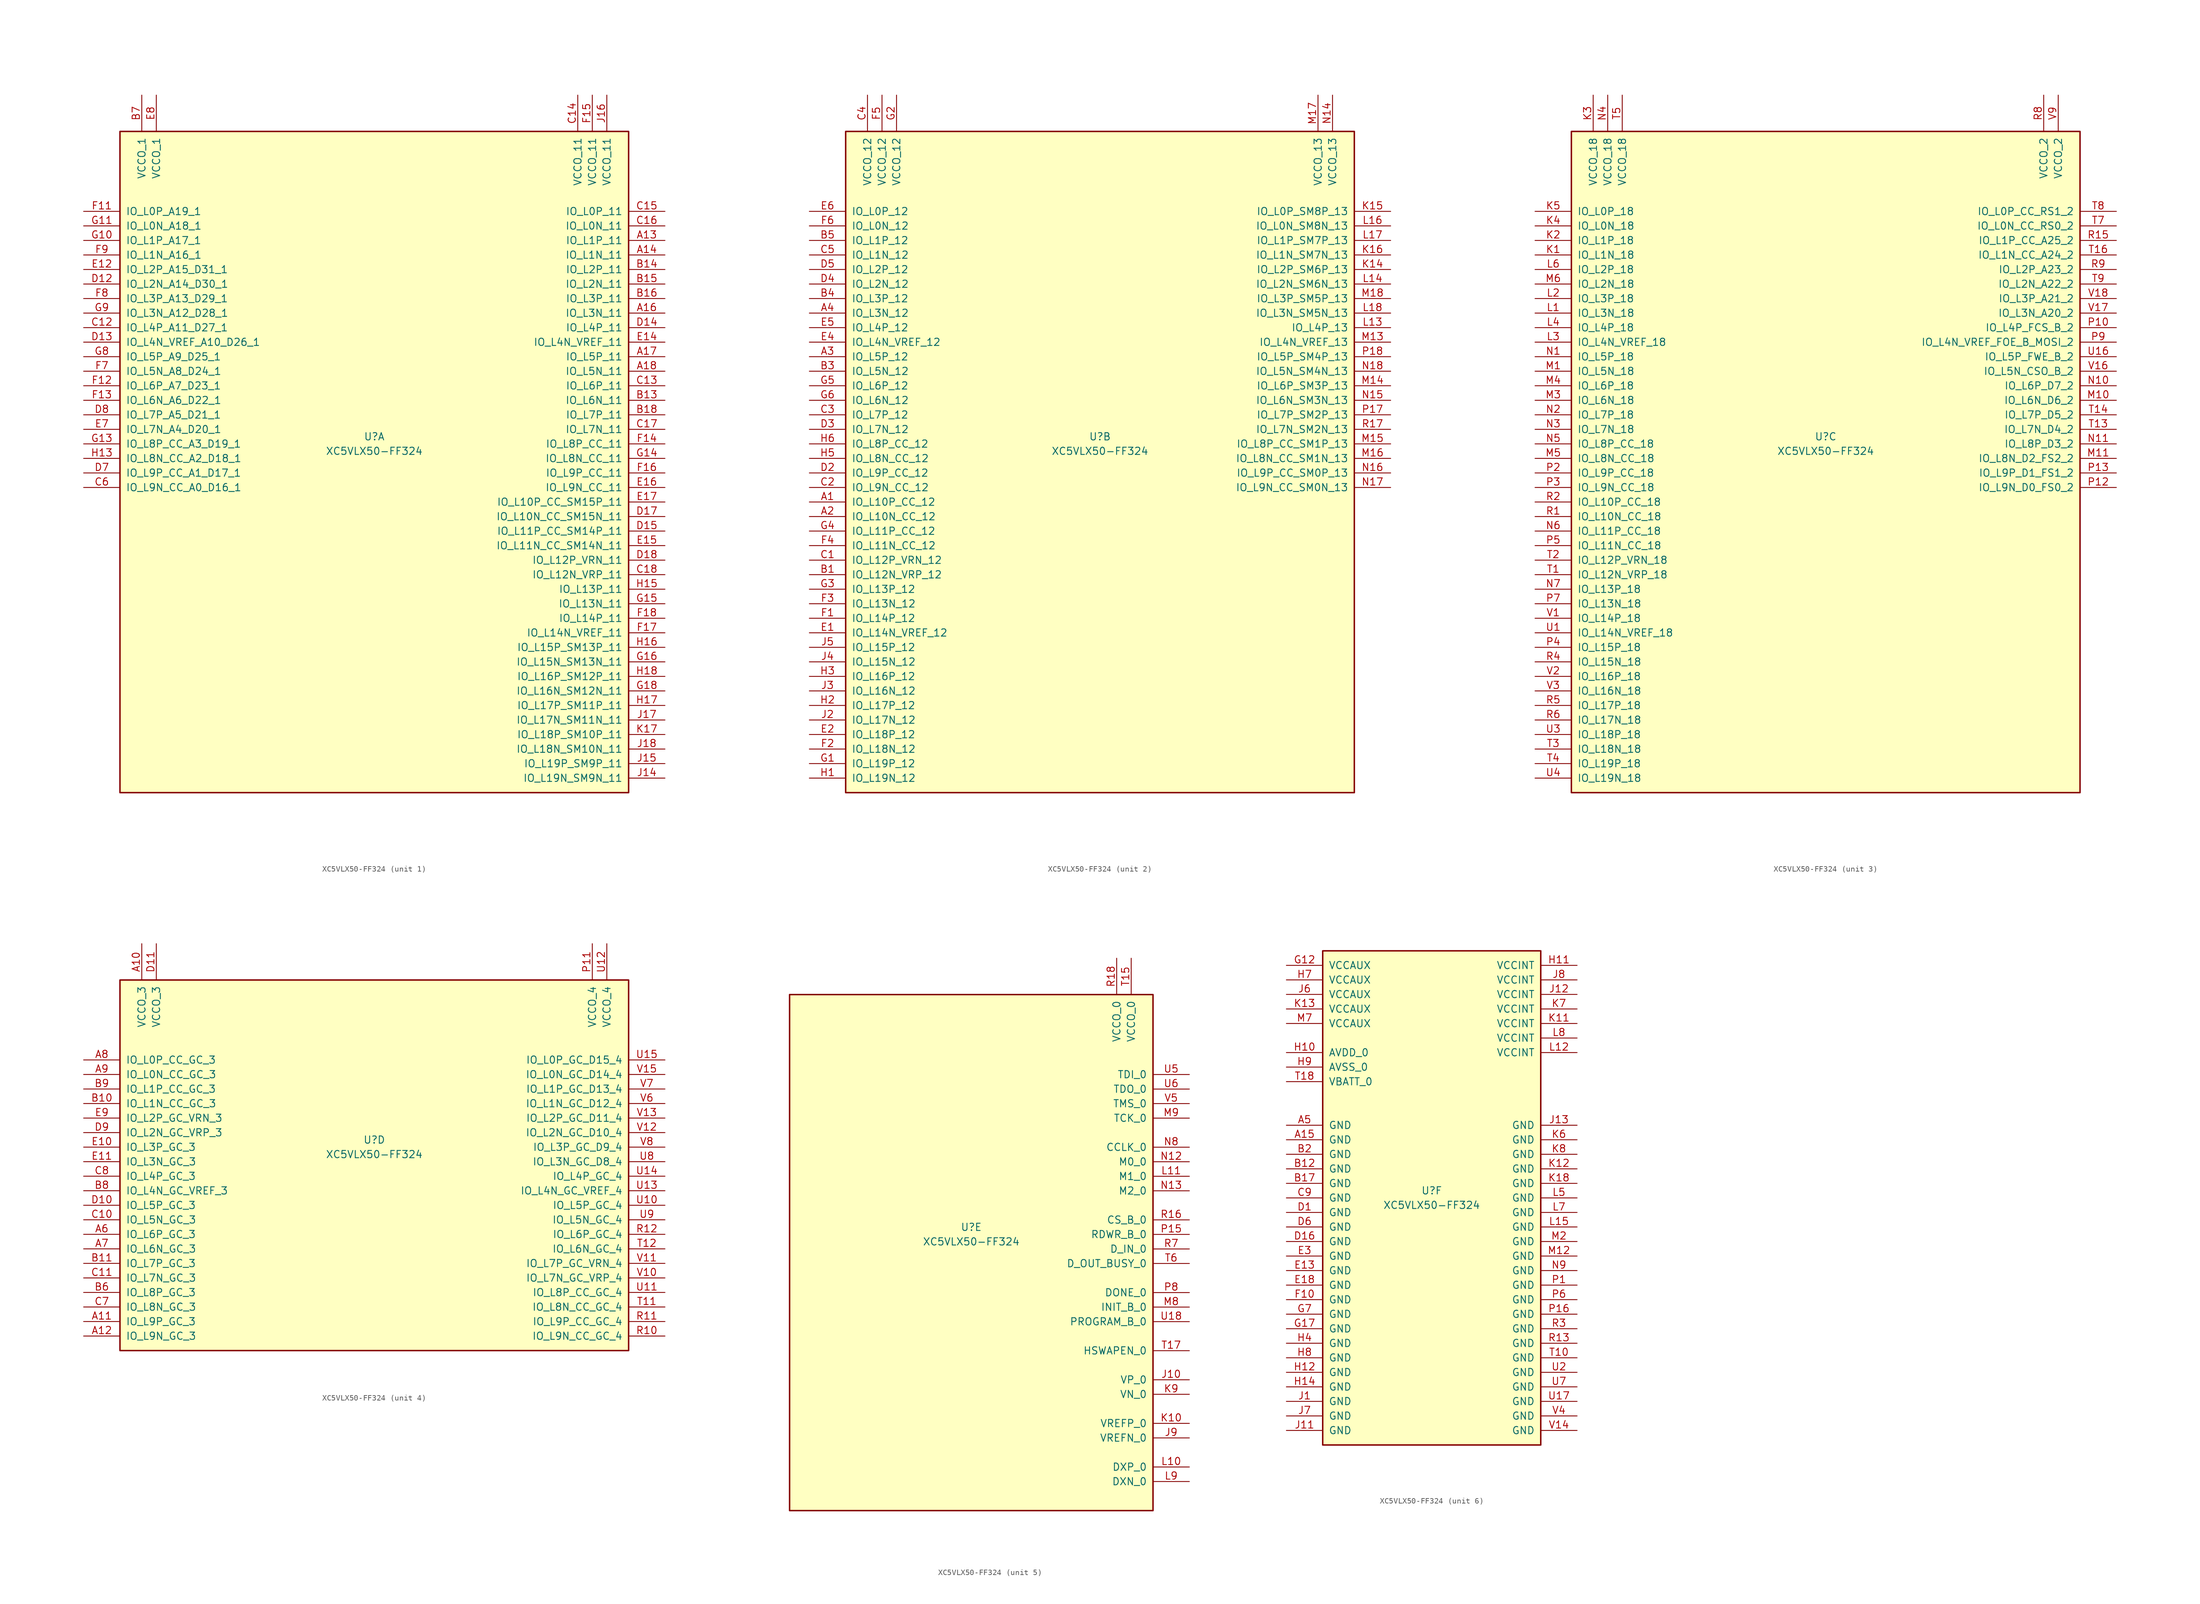
<source format=kicad_sym>
(kicad_symbol_lib
  (version 20211014)
  (generator kicad_symbol_editor)
  (symbol "XC5VLX50-FF324"
    (pin_names
      (offset 1.016))
    (property "Reference" "U"
      (at 0 1.27 0)
      (effects (font (size 1.27 1.27))))
    (property "Value" "XC5VLX50-FF324"
      (at 0 -1.27 0)
      (effects (font (size 1.27 1.27))))
    (property "Datasheet" ""
      (at 0 0 0)
      (effects (font (size 1.27 1.27))))
    (property "ki_locked" ""
      (at 0 0 0)
      (effects (font (size 1.27 1.27))))
    (symbol "XC5VLX50-FF324_1_1"
      (rectangle (start -44.45 54.61) (end 44.45 -60.96) (stroke (width 0.254) (type default) (color 0 0 0 0)) (fill (type background)))
      (pin bidirectional line (at 50.8 35.56 180) (length 6.35) (name "IO_L1P_11" (effects (font (size 1.27 1.27)))) (number "A13" (effects (font (size 1.27 1.27)))))
      (pin bidirectional line (at 50.8 33.02 180) (length 6.35) (name "IO_L1N_11" (effects (font (size 1.27 1.27)))) (number "A14" (effects (font (size 1.27 1.27)))))
      (pin bidirectional line (at 50.8 22.86 180) (length 6.35) (name "IO_L3N_11" (effects (font (size 1.27 1.27)))) (number "A16" (effects (font (size 1.27 1.27)))))
      (pin bidirectional line (at 50.8 15.24 180) (length 6.35) (name "IO_L5P_11" (effects (font (size 1.27 1.27)))) (number "A17" (effects (font (size 1.27 1.27)))))
      (pin bidirectional line (at 50.8 12.7 180) (length 6.35) (name "IO_L5N_11" (effects (font (size 1.27 1.27)))) (number "A18" (effects (font (size 1.27 1.27)))))
      (pin bidirectional line (at 50.8 7.62 180) (length 6.35) (name "IO_L6N_11" (effects (font (size 1.27 1.27)))) (number "B13" (effects (font (size 1.27 1.27)))))
      (pin bidirectional line (at 50.8 30.48 180) (length 6.35) (name "IO_L2P_11" (effects (font (size 1.27 1.27)))) (number "B14" (effects (font (size 1.27 1.27)))))
      (pin bidirectional line (at 50.8 27.94 180) (length 6.35) (name "IO_L2N_11" (effects (font (size 1.27 1.27)))) (number "B15" (effects (font (size 1.27 1.27)))))
      (pin bidirectional line (at 50.8 25.4 180) (length 6.35) (name "IO_L3P_11" (effects (font (size 1.27 1.27)))) (number "B16" (effects (font (size 1.27 1.27)))))
      (pin bidirectional line (at 50.8 5.08 180) (length 6.35) (name "IO_L7P_11" (effects (font (size 1.27 1.27)))) (number "B18" (effects (font (size 1.27 1.27)))))
      (pin power_in line (at -40.64 60.96 270) (length 6.35) (name "VCCO_1" (effects (font (size 1.27 1.27)))) (number "B7" (effects (font (size 1.27 1.27)))))
      (pin bidirectional line (at -50.8 20.32 0) (length 6.35) (name "IO_L4P_A11_D27_1" (effects (font (size 1.27 1.27)))) (number "C12" (effects (font (size 1.27 1.27)))))
      (pin bidirectional line (at 50.8 10.16 180) (length 6.35) (name "IO_L6P_11" (effects (font (size 1.27 1.27)))) (number "C13" (effects (font (size 1.27 1.27)))))
      (pin power_in line (at 35.56 60.96 270) (length 6.35) (name "VCCO_11" (effects (font (size 1.27 1.27)))) (number "C14" (effects (font (size 1.27 1.27)))))
      (pin bidirectional line (at 50.8 40.64 180) (length 6.35) (name "IO_L0P_11" (effects (font (size 1.27 1.27)))) (number "C15" (effects (font (size 1.27 1.27)))))
      (pin bidirectional line (at 50.8 38.1 180) (length 6.35) (name "IO_L0N_11" (effects (font (size 1.27 1.27)))) (number "C16" (effects (font (size 1.27 1.27)))))
      (pin bidirectional line (at 50.8 2.54 180) (length 6.35) (name "IO_L7N_11" (effects (font (size 1.27 1.27)))) (number "C17" (effects (font (size 1.27 1.27)))))
      (pin bidirectional line (at 50.8 -22.86 180) (length 6.35) (name "IO_L12N_VRP_11" (effects (font (size 1.27 1.27)))) (number "C18" (effects (font (size 1.27 1.27)))))
      (pin bidirectional line (at -50.8 -7.62 0) (length 6.35) (name "IO_L9N_CC_A0_D16_1" (effects (font (size 1.27 1.27)))) (number "C6" (effects (font (size 1.27 1.27)))))
      (pin bidirectional line (at -50.8 27.94 0) (length 6.35) (name "IO_L2N_A14_D30_1" (effects (font (size 1.27 1.27)))) (number "D12" (effects (font (size 1.27 1.27)))))
      (pin bidirectional line (at -50.8 17.78 0) (length 6.35) (name "IO_L4N_VREF_A10_D26_1" (effects (font (size 1.27 1.27)))) (number "D13" (effects (font (size 1.27 1.27)))))
      (pin bidirectional line (at 50.8 20.32 180) (length 6.35) (name "IO_L4P_11" (effects (font (size 1.27 1.27)))) (number "D14" (effects (font (size 1.27 1.27)))))
      (pin bidirectional line (at 50.8 -15.24 180) (length 6.35) (name "IO_L11P_CC_SM14P_11" (effects (font (size 1.27 1.27)))) (number "D15" (effects (font (size 1.27 1.27)))))
      (pin bidirectional line (at 50.8 -12.7 180) (length 6.35) (name "IO_L10N_CC_SM15N_11" (effects (font (size 1.27 1.27)))) (number "D17" (effects (font (size 1.27 1.27)))))
      (pin bidirectional line (at 50.8 -20.32 180) (length 6.35) (name "IO_L12P_VRN_11" (effects (font (size 1.27 1.27)))) (number "D18" (effects (font (size 1.27 1.27)))))
      (pin bidirectional line (at -50.8 -5.08 0) (length 6.35) (name "IO_L9P_CC_A1_D17_1" (effects (font (size 1.27 1.27)))) (number "D7" (effects (font (size 1.27 1.27)))))
      (pin bidirectional line (at -50.8 5.08 0) (length 6.35) (name "IO_L7P_A5_D21_1" (effects (font (size 1.27 1.27)))) (number "D8" (effects (font (size 1.27 1.27)))))
      (pin bidirectional line (at -50.8 30.48 0) (length 6.35) (name "IO_L2P_A15_D31_1" (effects (font (size 1.27 1.27)))) (number "E12" (effects (font (size 1.27 1.27)))))
      (pin bidirectional line (at 50.8 17.78 180) (length 6.35) (name "IO_L4N_VREF_11" (effects (font (size 1.27 1.27)))) (number "E14" (effects (font (size 1.27 1.27)))))
      (pin bidirectional line (at 50.8 -17.78 180) (length 6.35) (name "IO_L11N_CC_SM14N_11" (effects (font (size 1.27 1.27)))) (number "E15" (effects (font (size 1.27 1.27)))))
      (pin bidirectional line (at 50.8 -7.62 180) (length 6.35) (name "IO_L9N_CC_11" (effects (font (size 1.27 1.27)))) (number "E16" (effects (font (size 1.27 1.27)))))
      (pin bidirectional line (at 50.8 -10.16 180) (length 6.35) (name "IO_L10P_CC_SM15P_11" (effects (font (size 1.27 1.27)))) (number "E17" (effects (font (size 1.27 1.27)))))
      (pin bidirectional line (at -50.8 2.54 0) (length 6.35) (name "IO_L7N_A4_D20_1" (effects (font (size 1.27 1.27)))) (number "E7" (effects (font (size 1.27 1.27)))))
      (pin power_in line (at -38.1 60.96 270) (length 6.35) (name "VCCO_1" (effects (font (size 1.27 1.27)))) (number "E8" (effects (font (size 1.27 1.27)))))
      (pin bidirectional line (at -50.8 40.64 0) (length 6.35) (name "IO_L0P_A19_1" (effects (font (size 1.27 1.27)))) (number "F11" (effects (font (size 1.27 1.27)))))
      (pin bidirectional line (at -50.8 10.16 0) (length 6.35) (name "IO_L6P_A7_D23_1" (effects (font (size 1.27 1.27)))) (number "F12" (effects (font (size 1.27 1.27)))))
      (pin bidirectional line (at -50.8 7.62 0) (length 6.35) (name "IO_L6N_A6_D22_1" (effects (font (size 1.27 1.27)))) (number "F13" (effects (font (size 1.27 1.27)))))
      (pin bidirectional line (at 50.8 0 180) (length 6.35) (name "IO_L8P_CC_11" (effects (font (size 1.27 1.27)))) (number "F14" (effects (font (size 1.27 1.27)))))
      (pin power_in line (at 38.1 60.96 270) (length 6.35) (name "VCCO_11" (effects (font (size 1.27 1.27)))) (number "F15" (effects (font (size 1.27 1.27)))))
      (pin bidirectional line (at 50.8 -5.08 180) (length 6.35) (name "IO_L9P_CC_11" (effects (font (size 1.27 1.27)))) (number "F16" (effects (font (size 1.27 1.27)))))
      (pin bidirectional line (at 50.8 -33.02 180) (length 6.35) (name "IO_L14N_VREF_11" (effects (font (size 1.27 1.27)))) (number "F17" (effects (font (size 1.27 1.27)))))
      (pin bidirectional line (at 50.8 -30.48 180) (length 6.35) (name "IO_L14P_11" (effects (font (size 1.27 1.27)))) (number "F18" (effects (font (size 1.27 1.27)))))
      (pin bidirectional line (at -50.8 12.7 0) (length 6.35) (name "IO_L5N_A8_D24_1" (effects (font (size 1.27 1.27)))) (number "F7" (effects (font (size 1.27 1.27)))))
      (pin bidirectional line (at -50.8 25.4 0) (length 6.35) (name "IO_L3P_A13_D29_1" (effects (font (size 1.27 1.27)))) (number "F8" (effects (font (size 1.27 1.27)))))
      (pin bidirectional line (at -50.8 33.02 0) (length 6.35) (name "IO_L1N_A16_1" (effects (font (size 1.27 1.27)))) (number "F9" (effects (font (size 1.27 1.27)))))
      (pin bidirectional line (at -50.8 35.56 0) (length 6.35) (name "IO_L1P_A17_1" (effects (font (size 1.27 1.27)))) (number "G10" (effects (font (size 1.27 1.27)))))
      (pin bidirectional line (at -50.8 38.1 0) (length 6.35) (name "IO_L0N_A18_1" (effects (font (size 1.27 1.27)))) (number "G11" (effects (font (size 1.27 1.27)))))
      (pin bidirectional line (at -50.8 0 0) (length 6.35) (name "IO_L8P_CC_A3_D19_1" (effects (font (size 1.27 1.27)))) (number "G13" (effects (font (size 1.27 1.27)))))
      (pin bidirectional line (at 50.8 -2.54 180) (length 6.35) (name "IO_L8N_CC_11" (effects (font (size 1.27 1.27)))) (number "G14" (effects (font (size 1.27 1.27)))))
      (pin bidirectional line (at 50.8 -27.94 180) (length 6.35) (name "IO_L13N_11" (effects (font (size 1.27 1.27)))) (number "G15" (effects (font (size 1.27 1.27)))))
      (pin bidirectional line (at 50.8 -38.1 180) (length 6.35) (name "IO_L15N_SM13N_11" (effects (font (size 1.27 1.27)))) (number "G16" (effects (font (size 1.27 1.27)))))
      (pin bidirectional line (at 50.8 -43.18 180) (length 6.35) (name "IO_L16N_SM12N_11" (effects (font (size 1.27 1.27)))) (number "G18" (effects (font (size 1.27 1.27)))))
      (pin bidirectional line (at -50.8 15.24 0) (length 6.35) (name "IO_L5P_A9_D25_1" (effects (font (size 1.27 1.27)))) (number "G8" (effects (font (size 1.27 1.27)))))
      (pin bidirectional line (at -50.8 22.86 0) (length 6.35) (name "IO_L3N_A12_D28_1" (effects (font (size 1.27 1.27)))) (number "G9" (effects (font (size 1.27 1.27)))))
      (pin bidirectional line (at -50.8 -2.54 0) (length 6.35) (name "IO_L8N_CC_A2_D18_1" (effects (font (size 1.27 1.27)))) (number "H13" (effects (font (size 1.27 1.27)))))
      (pin bidirectional line (at 50.8 -25.4 180) (length 6.35) (name "IO_L13P_11" (effects (font (size 1.27 1.27)))) (number "H15" (effects (font (size 1.27 1.27)))))
      (pin bidirectional line (at 50.8 -35.56 180) (length 6.35) (name "IO_L15P_SM13P_11" (effects (font (size 1.27 1.27)))) (number "H16" (effects (font (size 1.27 1.27)))))
      (pin bidirectional line (at 50.8 -45.72 180) (length 6.35) (name "IO_L17P_SM11P_11" (effects (font (size 1.27 1.27)))) (number "H17" (effects (font (size 1.27 1.27)))))
      (pin bidirectional line (at 50.8 -40.64 180) (length 6.35) (name "IO_L16P_SM12P_11" (effects (font (size 1.27 1.27)))) (number "H18" (effects (font (size 1.27 1.27)))))
      (pin bidirectional line (at 50.8 -58.42 180) (length 6.35) (name "IO_L19N_SM9N_11" (effects (font (size 1.27 1.27)))) (number "J14" (effects (font (size 1.27 1.27)))))
      (pin bidirectional line (at 50.8 -55.88 180) (length 6.35) (name "IO_L19P_SM9P_11" (effects (font (size 1.27 1.27)))) (number "J15" (effects (font (size 1.27 1.27)))))
      (pin power_in line (at 40.64 60.96 270) (length 6.35) (name "VCCO_11" (effects (font (size 1.27 1.27)))) (number "J16" (effects (font (size 1.27 1.27)))))
      (pin bidirectional line (at 50.8 -48.26 180) (length 6.35) (name "IO_L17N_SM11N_11" (effects (font (size 1.27 1.27)))) (number "J17" (effects (font (size 1.27 1.27)))))
      (pin bidirectional line (at 50.8 -53.34 180) (length 6.35) (name "IO_L18N_SM10N_11" (effects (font (size 1.27 1.27)))) (number "J18" (effects (font (size 1.27 1.27)))))
      (pin bidirectional line (at 50.8 -50.8 180) (length 6.35) (name "IO_L18P_SM10P_11" (effects (font (size 1.27 1.27)))) (number "K17" (effects (font (size 1.27 1.27))))))
    (symbol "XC5VLX50-FF324_2_1"
      (rectangle (start -44.45 54.61) (end 44.45 -60.96) (stroke (width 0.254) (type default) (color 0 0 0 0)) (fill (type background)))
      (pin bidirectional line (at -50.8 -10.16 0) (length 6.35) (name "IO_L10P_CC_12" (effects (font (size 1.27 1.27)))) (number "A1" (effects (font (size 1.27 1.27)))))
      (pin bidirectional line (at -50.8 -12.7 0) (length 6.35) (name "IO_L10N_CC_12" (effects (font (size 1.27 1.27)))) (number "A2" (effects (font (size 1.27 1.27)))))
      (pin bidirectional line (at -50.8 15.24 0) (length 6.35) (name "IO_L5P_12" (effects (font (size 1.27 1.27)))) (number "A3" (effects (font (size 1.27 1.27)))))
      (pin bidirectional line (at -50.8 22.86 0) (length 6.35) (name "IO_L3N_12" (effects (font (size 1.27 1.27)))) (number "A4" (effects (font (size 1.27 1.27)))))
      (pin bidirectional line (at -50.8 -22.86 0) (length 6.35) (name "IO_L12N_VRP_12" (effects (font (size 1.27 1.27)))) (number "B1" (effects (font (size 1.27 1.27)))))
      (pin bidirectional line (at -50.8 12.7 0) (length 6.35) (name "IO_L5N_12" (effects (font (size 1.27 1.27)))) (number "B3" (effects (font (size 1.27 1.27)))))
      (pin bidirectional line (at -50.8 25.4 0) (length 6.35) (name "IO_L3P_12" (effects (font (size 1.27 1.27)))) (number "B4" (effects (font (size 1.27 1.27)))))
      (pin bidirectional line (at -50.8 35.56 0) (length 6.35) (name "IO_L1P_12" (effects (font (size 1.27 1.27)))) (number "B5" (effects (font (size 1.27 1.27)))))
      (pin bidirectional line (at -50.8 -20.32 0) (length 6.35) (name "IO_L12P_VRN_12" (effects (font (size 1.27 1.27)))) (number "C1" (effects (font (size 1.27 1.27)))))
      (pin bidirectional line (at -50.8 -7.62 0) (length 6.35) (name "IO_L9N_CC_12" (effects (font (size 1.27 1.27)))) (number "C2" (effects (font (size 1.27 1.27)))))
      (pin bidirectional line (at -50.8 5.08 0) (length 6.35) (name "IO_L7P_12" (effects (font (size 1.27 1.27)))) (number "C3" (effects (font (size 1.27 1.27)))))
      (pin power_in line (at -40.64 60.96 270) (length 6.35) (name "VCCO_12" (effects (font (size 1.27 1.27)))) (number "C4" (effects (font (size 1.27 1.27)))))
      (pin bidirectional line (at -50.8 33.02 0) (length 6.35) (name "IO_L1N_12" (effects (font (size 1.27 1.27)))) (number "C5" (effects (font (size 1.27 1.27)))))
      (pin bidirectional line (at -50.8 -5.08 0) (length 6.35) (name "IO_L9P_CC_12" (effects (font (size 1.27 1.27)))) (number "D2" (effects (font (size 1.27 1.27)))))
      (pin bidirectional line (at -50.8 2.54 0) (length 6.35) (name "IO_L7N_12" (effects (font (size 1.27 1.27)))) (number "D3" (effects (font (size 1.27 1.27)))))
      (pin bidirectional line (at -50.8 27.94 0) (length 6.35) (name "IO_L2N_12" (effects (font (size 1.27 1.27)))) (number "D4" (effects (font (size 1.27 1.27)))))
      (pin bidirectional line (at -50.8 30.48 0) (length 6.35) (name "IO_L2P_12" (effects (font (size 1.27 1.27)))) (number "D5" (effects (font (size 1.27 1.27)))))
      (pin bidirectional line (at -50.8 -33.02 0) (length 6.35) (name "IO_L14N_VREF_12" (effects (font (size 1.27 1.27)))) (number "E1" (effects (font (size 1.27 1.27)))))
      (pin bidirectional line (at -50.8 -50.8 0) (length 6.35) (name "IO_L18P_12" (effects (font (size 1.27 1.27)))) (number "E2" (effects (font (size 1.27 1.27)))))
      (pin bidirectional line (at -50.8 17.78 0) (length 6.35) (name "IO_L4N_VREF_12" (effects (font (size 1.27 1.27)))) (number "E4" (effects (font (size 1.27 1.27)))))
      (pin bidirectional line (at -50.8 20.32 0) (length 6.35) (name "IO_L4P_12" (effects (font (size 1.27 1.27)))) (number "E5" (effects (font (size 1.27 1.27)))))
      (pin bidirectional line (at -50.8 40.64 0) (length 6.35) (name "IO_L0P_12" (effects (font (size 1.27 1.27)))) (number "E6" (effects (font (size 1.27 1.27)))))
      (pin bidirectional line (at -50.8 -30.48 0) (length 6.35) (name "IO_L14P_12" (effects (font (size 1.27 1.27)))) (number "F1" (effects (font (size 1.27 1.27)))))
      (pin bidirectional line (at -50.8 -53.34 0) (length 6.35) (name "IO_L18N_12" (effects (font (size 1.27 1.27)))) (number "F2" (effects (font (size 1.27 1.27)))))
      (pin bidirectional line (at -50.8 -27.94 0) (length 6.35) (name "IO_L13N_12" (effects (font (size 1.27 1.27)))) (number "F3" (effects (font (size 1.27 1.27)))))
      (pin bidirectional line (at -50.8 -17.78 0) (length 6.35) (name "IO_L11N_CC_12" (effects (font (size 1.27 1.27)))) (number "F4" (effects (font (size 1.27 1.27)))))
      (pin power_in line (at -38.1 60.96 270) (length 6.35) (name "VCCO_12" (effects (font (size 1.27 1.27)))) (number "F5" (effects (font (size 1.27 1.27)))))
      (pin bidirectional line (at -50.8 38.1 0) (length 6.35) (name "IO_L0N_12" (effects (font (size 1.27 1.27)))) (number "F6" (effects (font (size 1.27 1.27)))))
      (pin bidirectional line (at -50.8 -55.88 0) (length 6.35) (name "IO_L19P_12" (effects (font (size 1.27 1.27)))) (number "G1" (effects (font (size 1.27 1.27)))))
      (pin power_in line (at -35.56 60.96 270) (length 6.35) (name "VCCO_12" (effects (font (size 1.27 1.27)))) (number "G2" (effects (font (size 1.27 1.27)))))
      (pin bidirectional line (at -50.8 -25.4 0) (length 6.35) (name "IO_L13P_12" (effects (font (size 1.27 1.27)))) (number "G3" (effects (font (size 1.27 1.27)))))
      (pin bidirectional line (at -50.8 -15.24 0) (length 6.35) (name "IO_L11P_CC_12" (effects (font (size 1.27 1.27)))) (number "G4" (effects (font (size 1.27 1.27)))))
      (pin bidirectional line (at -50.8 10.16 0) (length 6.35) (name "IO_L6P_12" (effects (font (size 1.27 1.27)))) (number "G5" (effects (font (size 1.27 1.27)))))
      (pin bidirectional line (at -50.8 7.62 0) (length 6.35) (name "IO_L6N_12" (effects (font (size 1.27 1.27)))) (number "G6" (effects (font (size 1.27 1.27)))))
      (pin bidirectional line (at -50.8 -58.42 0) (length 6.35) (name "IO_L19N_12" (effects (font (size 1.27 1.27)))) (number "H1" (effects (font (size 1.27 1.27)))))
      (pin bidirectional line (at -50.8 -45.72 0) (length 6.35) (name "IO_L17P_12" (effects (font (size 1.27 1.27)))) (number "H2" (effects (font (size 1.27 1.27)))))
      (pin bidirectional line (at -50.8 -40.64 0) (length 6.35) (name "IO_L16P_12" (effects (font (size 1.27 1.27)))) (number "H3" (effects (font (size 1.27 1.27)))))
      (pin bidirectional line (at -50.8 -2.54 0) (length 6.35) (name "IO_L8N_CC_12" (effects (font (size 1.27 1.27)))) (number "H5" (effects (font (size 1.27 1.27)))))
      (pin bidirectional line (at -50.8 0 0) (length 6.35) (name "IO_L8P_CC_12" (effects (font (size 1.27 1.27)))) (number "H6" (effects (font (size 1.27 1.27)))))
      (pin bidirectional line (at -50.8 -48.26 0) (length 6.35) (name "IO_L17N_12" (effects (font (size 1.27 1.27)))) (number "J2" (effects (font (size 1.27 1.27)))))
      (pin bidirectional line (at -50.8 -43.18 0) (length 6.35) (name "IO_L16N_12" (effects (font (size 1.27 1.27)))) (number "J3" (effects (font (size 1.27 1.27)))))
      (pin bidirectional line (at -50.8 -38.1 0) (length 6.35) (name "IO_L15N_12" (effects (font (size 1.27 1.27)))) (number "J4" (effects (font (size 1.27 1.27)))))
      (pin bidirectional line (at -50.8 -35.56 0) (length 6.35) (name "IO_L15P_12" (effects (font (size 1.27 1.27)))) (number "J5" (effects (font (size 1.27 1.27)))))
      (pin bidirectional line (at 50.8 30.48 180) (length 6.35) (name "IO_L2P_SM6P_13" (effects (font (size 1.27 1.27)))) (number "K14" (effects (font (size 1.27 1.27)))))
      (pin bidirectional line (at 50.8 40.64 180) (length 6.35) (name "IO_L0P_SM8P_13" (effects (font (size 1.27 1.27)))) (number "K15" (effects (font (size 1.27 1.27)))))
      (pin bidirectional line (at 50.8 33.02 180) (length 6.35) (name "IO_L1N_SM7N_13" (effects (font (size 1.27 1.27)))) (number "K16" (effects (font (size 1.27 1.27)))))
      (pin bidirectional line (at 50.8 20.32 180) (length 6.35) (name "IO_L4P_13" (effects (font (size 1.27 1.27)))) (number "L13" (effects (font (size 1.27 1.27)))))
      (pin bidirectional line (at 50.8 27.94 180) (length 6.35) (name "IO_L2N_SM6N_13" (effects (font (size 1.27 1.27)))) (number "L14" (effects (font (size 1.27 1.27)))))
      (pin bidirectional line (at 50.8 38.1 180) (length 6.35) (name "IO_L0N_SM8N_13" (effects (font (size 1.27 1.27)))) (number "L16" (effects (font (size 1.27 1.27)))))
      (pin bidirectional line (at 50.8 35.56 180) (length 6.35) (name "IO_L1P_SM7P_13" (effects (font (size 1.27 1.27)))) (number "L17" (effects (font (size 1.27 1.27)))))
      (pin bidirectional line (at 50.8 22.86 180) (length 6.35) (name "IO_L3N_SM5N_13" (effects (font (size 1.27 1.27)))) (number "L18" (effects (font (size 1.27 1.27)))))
      (pin bidirectional line (at 50.8 17.78 180) (length 6.35) (name "IO_L4N_VREF_13" (effects (font (size 1.27 1.27)))) (number "M13" (effects (font (size 1.27 1.27)))))
      (pin bidirectional line (at 50.8 10.16 180) (length 6.35) (name "IO_L6P_SM3P_13" (effects (font (size 1.27 1.27)))) (number "M14" (effects (font (size 1.27 1.27)))))
      (pin bidirectional line (at 50.8 0 180) (length 6.35) (name "IO_L8P_CC_SM1P_13" (effects (font (size 1.27 1.27)))) (number "M15" (effects (font (size 1.27 1.27)))))
      (pin bidirectional line (at 50.8 -2.54 180) (length 6.35) (name "IO_L8N_CC_SM1N_13" (effects (font (size 1.27 1.27)))) (number "M16" (effects (font (size 1.27 1.27)))))
      (pin power_in line (at 38.1 60.96 270) (length 6.35) (name "VCCO_13" (effects (font (size 1.27 1.27)))) (number "M17" (effects (font (size 1.27 1.27)))))
      (pin bidirectional line (at 50.8 25.4 180) (length 6.35) (name "IO_L3P_SM5P_13" (effects (font (size 1.27 1.27)))) (number "M18" (effects (font (size 1.27 1.27)))))
      (pin power_in line (at 40.64 60.96 270) (length 6.35) (name "VCCO_13" (effects (font (size 1.27 1.27)))) (number "N14" (effects (font (size 1.27 1.27)))))
      (pin bidirectional line (at 50.8 7.62 180) (length 6.35) (name "IO_L6N_SM3N_13" (effects (font (size 1.27 1.27)))) (number "N15" (effects (font (size 1.27 1.27)))))
      (pin bidirectional line (at 50.8 -5.08 180) (length 6.35) (name "IO_L9P_CC_SM0P_13" (effects (font (size 1.27 1.27)))) (number "N16" (effects (font (size 1.27 1.27)))))
      (pin bidirectional line (at 50.8 -7.62 180) (length 6.35) (name "IO_L9N_CC_SM0N_13" (effects (font (size 1.27 1.27)))) (number "N17" (effects (font (size 1.27 1.27)))))
      (pin bidirectional line (at 50.8 12.7 180) (length 6.35) (name "IO_L5N_SM4N_13" (effects (font (size 1.27 1.27)))) (number "N18" (effects (font (size 1.27 1.27)))))
      (pin bidirectional line (at 50.8 5.08 180) (length 6.35) (name "IO_L7P_SM2P_13" (effects (font (size 1.27 1.27)))) (number "P17" (effects (font (size 1.27 1.27)))))
      (pin bidirectional line (at 50.8 15.24 180) (length 6.35) (name "IO_L5P_SM4P_13" (effects (font (size 1.27 1.27)))) (number "P18" (effects (font (size 1.27 1.27)))))
      (pin bidirectional line (at 50.8 2.54 180) (length 6.35) (name "IO_L7N_SM2N_13" (effects (font (size 1.27 1.27)))) (number "R17" (effects (font (size 1.27 1.27))))))
    (symbol "XC5VLX50-FF324_3_1"
      (rectangle (start -44.45 54.61) (end 44.45 -60.96) (stroke (width 0.254) (type default) (color 0 0 0 0)) (fill (type background)))
      (pin bidirectional line (at -50.8 33.02 0) (length 6.35) (name "IO_L1N_18" (effects (font (size 1.27 1.27)))) (number "K1" (effects (font (size 1.27 1.27)))))
      (pin bidirectional line (at -50.8 35.56 0) (length 6.35) (name "IO_L1P_18" (effects (font (size 1.27 1.27)))) (number "K2" (effects (font (size 1.27 1.27)))))
      (pin power_in line (at -40.64 60.96 270) (length 6.35) (name "VCCO_18" (effects (font (size 1.27 1.27)))) (number "K3" (effects (font (size 1.27 1.27)))))
      (pin bidirectional line (at -50.8 38.1 0) (length 6.35) (name "IO_L0N_18" (effects (font (size 1.27 1.27)))) (number "K4" (effects (font (size 1.27 1.27)))))
      (pin bidirectional line (at -50.8 40.64 0) (length 6.35) (name "IO_L0P_18" (effects (font (size 1.27 1.27)))) (number "K5" (effects (font (size 1.27 1.27)))))
      (pin bidirectional line (at -50.8 22.86 0) (length 6.35) (name "IO_L3N_18" (effects (font (size 1.27 1.27)))) (number "L1" (effects (font (size 1.27 1.27)))))
      (pin bidirectional line (at -50.8 25.4 0) (length 6.35) (name "IO_L3P_18" (effects (font (size 1.27 1.27)))) (number "L2" (effects (font (size 1.27 1.27)))))
      (pin bidirectional line (at -50.8 17.78 0) (length 6.35) (name "IO_L4N_VREF_18" (effects (font (size 1.27 1.27)))) (number "L3" (effects (font (size 1.27 1.27)))))
      (pin bidirectional line (at -50.8 20.32 0) (length 6.35) (name "IO_L4P_18" (effects (font (size 1.27 1.27)))) (number "L4" (effects (font (size 1.27 1.27)))))
      (pin bidirectional line (at -50.8 30.48 0) (length 6.35) (name "IO_L2P_18" (effects (font (size 1.27 1.27)))) (number "L6" (effects (font (size 1.27 1.27)))))
      (pin bidirectional line (at -50.8 12.7 0) (length 6.35) (name "IO_L5N_18" (effects (font (size 1.27 1.27)))) (number "M1" (effects (font (size 1.27 1.27)))))
      (pin bidirectional line (at 50.8 7.62 180) (length 6.35) (name "IO_L6N_D6_2" (effects (font (size 1.27 1.27)))) (number "M10" (effects (font (size 1.27 1.27)))))
      (pin bidirectional line (at 50.8 -2.54 180) (length 6.35) (name "IO_L8N_D2_FS2_2" (effects (font (size 1.27 1.27)))) (number "M11" (effects (font (size 1.27 1.27)))))
      (pin bidirectional line (at -50.8 7.62 0) (length 6.35) (name "IO_L6N_18" (effects (font (size 1.27 1.27)))) (number "M3" (effects (font (size 1.27 1.27)))))
      (pin bidirectional line (at -50.8 10.16 0) (length 6.35) (name "IO_L6P_18" (effects (font (size 1.27 1.27)))) (number "M4" (effects (font (size 1.27 1.27)))))
      (pin bidirectional line (at -50.8 -2.54 0) (length 6.35) (name "IO_L8N_CC_18" (effects (font (size 1.27 1.27)))) (number "M5" (effects (font (size 1.27 1.27)))))
      (pin bidirectional line (at -50.8 27.94 0) (length 6.35) (name "IO_L2N_18" (effects (font (size 1.27 1.27)))) (number "M6" (effects (font (size 1.27 1.27)))))
      (pin bidirectional line (at -50.8 15.24 0) (length 6.35) (name "IO_L5P_18" (effects (font (size 1.27 1.27)))) (number "N1" (effects (font (size 1.27 1.27)))))
      (pin bidirectional line (at 50.8 10.16 180) (length 6.35) (name "IO_L6P_D7_2" (effects (font (size 1.27 1.27)))) (number "N10" (effects (font (size 1.27 1.27)))))
      (pin bidirectional line (at 50.8 0 180) (length 6.35) (name "IO_L8P_D3_2" (effects (font (size 1.27 1.27)))) (number "N11" (effects (font (size 1.27 1.27)))))
      (pin bidirectional line (at -50.8 5.08 0) (length 6.35) (name "IO_L7P_18" (effects (font (size 1.27 1.27)))) (number "N2" (effects (font (size 1.27 1.27)))))
      (pin bidirectional line (at -50.8 2.54 0) (length 6.35) (name "IO_L7N_18" (effects (font (size 1.27 1.27)))) (number "N3" (effects (font (size 1.27 1.27)))))
      (pin power_in line (at -38.1 60.96 270) (length 6.35) (name "VCCO_18" (effects (font (size 1.27 1.27)))) (number "N4" (effects (font (size 1.27 1.27)))))
      (pin bidirectional line (at -50.8 0 0) (length 6.35) (name "IO_L8P_CC_18" (effects (font (size 1.27 1.27)))) (number "N5" (effects (font (size 1.27 1.27)))))
      (pin bidirectional line (at -50.8 -15.24 0) (length 6.35) (name "IO_L11P_CC_18" (effects (font (size 1.27 1.27)))) (number "N6" (effects (font (size 1.27 1.27)))))
      (pin bidirectional line (at -50.8 -25.4 0) (length 6.35) (name "IO_L13P_18" (effects (font (size 1.27 1.27)))) (number "N7" (effects (font (size 1.27 1.27)))))
      (pin bidirectional line (at 50.8 20.32 180) (length 6.35) (name "IO_L4P_FCS_B_2" (effects (font (size 1.27 1.27)))) (number "P10" (effects (font (size 1.27 1.27)))))
      (pin bidirectional line (at 50.8 -7.62 180) (length 6.35) (name "IO_L9N_D0_FS0_2" (effects (font (size 1.27 1.27)))) (number "P12" (effects (font (size 1.27 1.27)))))
      (pin bidirectional line (at 50.8 -5.08 180) (length 6.35) (name "IO_L9P_D1_FS1_2" (effects (font (size 1.27 1.27)))) (number "P13" (effects (font (size 1.27 1.27)))))
      (pin bidirectional line (at -50.8 -5.08 0) (length 6.35) (name "IO_L9P_CC_18" (effects (font (size 1.27 1.27)))) (number "P2" (effects (font (size 1.27 1.27)))))
      (pin bidirectional line (at -50.8 -7.62 0) (length 6.35) (name "IO_L9N_CC_18" (effects (font (size 1.27 1.27)))) (number "P3" (effects (font (size 1.27 1.27)))))
      (pin bidirectional line (at -50.8 -35.56 0) (length 6.35) (name "IO_L15P_18" (effects (font (size 1.27 1.27)))) (number "P4" (effects (font (size 1.27 1.27)))))
      (pin bidirectional line (at -50.8 -17.78 0) (length 6.35) (name "IO_L11N_CC_18" (effects (font (size 1.27 1.27)))) (number "P5" (effects (font (size 1.27 1.27)))))
      (pin bidirectional line (at -50.8 -27.94 0) (length 6.35) (name "IO_L13N_18" (effects (font (size 1.27 1.27)))) (number "P7" (effects (font (size 1.27 1.27)))))
      (pin bidirectional line (at 50.8 17.78 180) (length 6.35) (name "IO_L4N_VREF_FOE_B_MOSI_2" (effects (font (size 1.27 1.27)))) (number "P9" (effects (font (size 1.27 1.27)))))
      (pin bidirectional line (at -50.8 -12.7 0) (length 6.35) (name "IO_L10N_CC_18" (effects (font (size 1.27 1.27)))) (number "R1" (effects (font (size 1.27 1.27)))))
      (pin bidirectional line (at 50.8 35.56 180) (length 6.35) (name "IO_L1P_CC_A25_2" (effects (font (size 1.27 1.27)))) (number "R15" (effects (font (size 1.27 1.27)))))
      (pin bidirectional line (at -50.8 -10.16 0) (length 6.35) (name "IO_L10P_CC_18" (effects (font (size 1.27 1.27)))) (number "R2" (effects (font (size 1.27 1.27)))))
      (pin bidirectional line (at -50.8 -38.1 0) (length 6.35) (name "IO_L15N_18" (effects (font (size 1.27 1.27)))) (number "R4" (effects (font (size 1.27 1.27)))))
      (pin bidirectional line (at -50.8 -45.72 0) (length 6.35) (name "IO_L17P_18" (effects (font (size 1.27 1.27)))) (number "R5" (effects (font (size 1.27 1.27)))))
      (pin bidirectional line (at -50.8 -48.26 0) (length 6.35) (name "IO_L17N_18" (effects (font (size 1.27 1.27)))) (number "R6" (effects (font (size 1.27 1.27)))))
      (pin power_in line (at 38.1 60.96 270) (length 6.35) (name "VCCO_2" (effects (font (size 1.27 1.27)))) (number "R8" (effects (font (size 1.27 1.27)))))
      (pin bidirectional line (at 50.8 30.48 180) (length 6.35) (name "IO_L2P_A23_2" (effects (font (size 1.27 1.27)))) (number "R9" (effects (font (size 1.27 1.27)))))
      (pin bidirectional line (at -50.8 -22.86 0) (length 6.35) (name "IO_L12N_VRP_18" (effects (font (size 1.27 1.27)))) (number "T1" (effects (font (size 1.27 1.27)))))
      (pin bidirectional line (at 50.8 2.54 180) (length 6.35) (name "IO_L7N_D4_2" (effects (font (size 1.27 1.27)))) (number "T13" (effects (font (size 1.27 1.27)))))
      (pin bidirectional line (at 50.8 5.08 180) (length 6.35) (name "IO_L7P_D5_2" (effects (font (size 1.27 1.27)))) (number "T14" (effects (font (size 1.27 1.27)))))
      (pin bidirectional line (at 50.8 33.02 180) (length 6.35) (name "IO_L1N_CC_A24_2" (effects (font (size 1.27 1.27)))) (number "T16" (effects (font (size 1.27 1.27)))))
      (pin bidirectional line (at -50.8 -20.32 0) (length 6.35) (name "IO_L12P_VRN_18" (effects (font (size 1.27 1.27)))) (number "T2" (effects (font (size 1.27 1.27)))))
      (pin bidirectional line (at -50.8 -53.34 0) (length 6.35) (name "IO_L18N_18" (effects (font (size 1.27 1.27)))) (number "T3" (effects (font (size 1.27 1.27)))))
      (pin bidirectional line (at -50.8 -55.88 0) (length 6.35) (name "IO_L19P_18" (effects (font (size 1.27 1.27)))) (number "T4" (effects (font (size 1.27 1.27)))))
      (pin power_in line (at -35.56 60.96 270) (length 6.35) (name "VCCO_18" (effects (font (size 1.27 1.27)))) (number "T5" (effects (font (size 1.27 1.27)))))
      (pin bidirectional line (at 50.8 38.1 180) (length 6.35) (name "IO_L0N_CC_RS0_2" (effects (font (size 1.27 1.27)))) (number "T7" (effects (font (size 1.27 1.27)))))
      (pin bidirectional line (at 50.8 40.64 180) (length 6.35) (name "IO_L0P_CC_RS1_2" (effects (font (size 1.27 1.27)))) (number "T8" (effects (font (size 1.27 1.27)))))
      (pin bidirectional line (at 50.8 27.94 180) (length 6.35) (name "IO_L2N_A22_2" (effects (font (size 1.27 1.27)))) (number "T9" (effects (font (size 1.27 1.27)))))
      (pin bidirectional line (at -50.8 -33.02 0) (length 6.35) (name "IO_L14N_VREF_18" (effects (font (size 1.27 1.27)))) (number "U1" (effects (font (size 1.27 1.27)))))
      (pin bidirectional line (at 50.8 15.24 180) (length 6.35) (name "IO_L5P_FWE_B_2" (effects (font (size 1.27 1.27)))) (number "U16" (effects (font (size 1.27 1.27)))))
      (pin bidirectional line (at -50.8 -50.8 0) (length 6.35) (name "IO_L18P_18" (effects (font (size 1.27 1.27)))) (number "U3" (effects (font (size 1.27 1.27)))))
      (pin bidirectional line (at -50.8 -58.42 0) (length 6.35) (name "IO_L19N_18" (effects (font (size 1.27 1.27)))) (number "U4" (effects (font (size 1.27 1.27)))))
      (pin bidirectional line (at -50.8 -30.48 0) (length 6.35) (name "IO_L14P_18" (effects (font (size 1.27 1.27)))) (number "V1" (effects (font (size 1.27 1.27)))))
      (pin bidirectional line (at 50.8 12.7 180) (length 6.35) (name "IO_L5N_CSO_B_2" (effects (font (size 1.27 1.27)))) (number "V16" (effects (font (size 1.27 1.27)))))
      (pin bidirectional line (at 50.8 22.86 180) (length 6.35) (name "IO_L3N_A20_2" (effects (font (size 1.27 1.27)))) (number "V17" (effects (font (size 1.27 1.27)))))
      (pin bidirectional line (at 50.8 25.4 180) (length 6.35) (name "IO_L3P_A21_2" (effects (font (size 1.27 1.27)))) (number "V18" (effects (font (size 1.27 1.27)))))
      (pin bidirectional line (at -50.8 -40.64 0) (length 6.35) (name "IO_L16P_18" (effects (font (size 1.27 1.27)))) (number "V2" (effects (font (size 1.27 1.27)))))
      (pin bidirectional line (at -50.8 -43.18 0) (length 6.35) (name "IO_L16N_18" (effects (font (size 1.27 1.27)))) (number "V3" (effects (font (size 1.27 1.27)))))
      (pin power_in line (at 40.64 60.96 270) (length 6.35) (name "VCCO_2" (effects (font (size 1.27 1.27)))) (number "V9" (effects (font (size 1.27 1.27))))))
    (symbol "XC5VLX50-FF324_4_1"
      (rectangle (start -44.45 29.21) (end 44.45 -35.56) (stroke (width 0.254) (type default) (color 0 0 0 0)) (fill (type background)))
      (pin power_in line (at -40.64 35.56 270) (length 6.35) (name "VCCO_3" (effects (font (size 1.27 1.27)))) (number "A10" (effects (font (size 1.27 1.27)))))
      (pin bidirectional line (at -50.8 -30.48 0) (length 6.35) (name "IO_L9P_GC_3" (effects (font (size 1.27 1.27)))) (number "A11" (effects (font (size 1.27 1.27)))))
      (pin bidirectional line (at -50.8 -33.02 0) (length 6.35) (name "IO_L9N_GC_3" (effects (font (size 1.27 1.27)))) (number "A12" (effects (font (size 1.27 1.27)))))
      (pin bidirectional line (at -50.8 -15.24 0) (length 6.35) (name "IO_L6P_GC_3" (effects (font (size 1.27 1.27)))) (number "A6" (effects (font (size 1.27 1.27)))))
      (pin bidirectional line (at -50.8 -17.78 0) (length 6.35) (name "IO_L6N_GC_3" (effects (font (size 1.27 1.27)))) (number "A7" (effects (font (size 1.27 1.27)))))
      (pin bidirectional line (at -50.8 15.24 0) (length 6.35) (name "IO_L0P_CC_GC_3" (effects (font (size 1.27 1.27)))) (number "A8" (effects (font (size 1.27 1.27)))))
      (pin bidirectional line (at -50.8 12.7 0) (length 6.35) (name "IO_L0N_CC_GC_3" (effects (font (size 1.27 1.27)))) (number "A9" (effects (font (size 1.27 1.27)))))
      (pin bidirectional line (at -50.8 7.62 0) (length 6.35) (name "IO_L1N_CC_GC_3" (effects (font (size 1.27 1.27)))) (number "B10" (effects (font (size 1.27 1.27)))))
      (pin bidirectional line (at -50.8 -20.32 0) (length 6.35) (name "IO_L7P_GC_3" (effects (font (size 1.27 1.27)))) (number "B11" (effects (font (size 1.27 1.27)))))
      (pin bidirectional line (at -50.8 -25.4 0) (length 6.35) (name "IO_L8P_GC_3" (effects (font (size 1.27 1.27)))) (number "B6" (effects (font (size 1.27 1.27)))))
      (pin bidirectional line (at -50.8 -7.62 0) (length 6.35) (name "IO_L4N_GC_VREF_3" (effects (font (size 1.27 1.27)))) (number "B8" (effects (font (size 1.27 1.27)))))
      (pin bidirectional line (at -50.8 10.16 0) (length 6.35) (name "IO_L1P_CC_GC_3" (effects (font (size 1.27 1.27)))) (number "B9" (effects (font (size 1.27 1.27)))))
      (pin bidirectional line (at -50.8 -12.7 0) (length 6.35) (name "IO_L5N_GC_3" (effects (font (size 1.27 1.27)))) (number "C10" (effects (font (size 1.27 1.27)))))
      (pin bidirectional line (at -50.8 -22.86 0) (length 6.35) (name "IO_L7N_GC_3" (effects (font (size 1.27 1.27)))) (number "C11" (effects (font (size 1.27 1.27)))))
      (pin bidirectional line (at -50.8 -27.94 0) (length 6.35) (name "IO_L8N_GC_3" (effects (font (size 1.27 1.27)))) (number "C7" (effects (font (size 1.27 1.27)))))
      (pin bidirectional line (at -50.8 -5.08 0) (length 6.35) (name "IO_L4P_GC_3" (effects (font (size 1.27 1.27)))) (number "C8" (effects (font (size 1.27 1.27)))))
      (pin bidirectional line (at -50.8 -10.16 0) (length 6.35) (name "IO_L5P_GC_3" (effects (font (size 1.27 1.27)))) (number "D10" (effects (font (size 1.27 1.27)))))
      (pin power_in line (at -38.1 35.56 270) (length 6.35) (name "VCCO_3" (effects (font (size 1.27 1.27)))) (number "D11" (effects (font (size 1.27 1.27)))))
      (pin bidirectional line (at -50.8 2.54 0) (length 6.35) (name "IO_L2N_GC_VRP_3" (effects (font (size 1.27 1.27)))) (number "D9" (effects (font (size 1.27 1.27)))))
      (pin bidirectional line (at -50.8 0 0) (length 6.35) (name "IO_L3P_GC_3" (effects (font (size 1.27 1.27)))) (number "E10" (effects (font (size 1.27 1.27)))))
      (pin bidirectional line (at -50.8 -2.54 0) (length 6.35) (name "IO_L3N_GC_3" (effects (font (size 1.27 1.27)))) (number "E11" (effects (font (size 1.27 1.27)))))
      (pin bidirectional line (at -50.8 5.08 0) (length 6.35) (name "IO_L2P_GC_VRN_3" (effects (font (size 1.27 1.27)))) (number "E9" (effects (font (size 1.27 1.27)))))
      (pin power_in line (at 38.1 35.56 270) (length 6.35) (name "VCCO_4" (effects (font (size 1.27 1.27)))) (number "P11" (effects (font (size 1.27 1.27)))))
      (pin bidirectional line (at 50.8 -33.02 180) (length 6.35) (name "IO_L9N_CC_GC_4" (effects (font (size 1.27 1.27)))) (number "R10" (effects (font (size 1.27 1.27)))))
      (pin bidirectional line (at 50.8 -30.48 180) (length 6.35) (name "IO_L9P_CC_GC_4" (effects (font (size 1.27 1.27)))) (number "R11" (effects (font (size 1.27 1.27)))))
      (pin bidirectional line (at 50.8 -15.24 180) (length 6.35) (name "IO_L6P_GC_4" (effects (font (size 1.27 1.27)))) (number "R12" (effects (font (size 1.27 1.27)))))
      (pin bidirectional line (at 50.8 -27.94 180) (length 6.35) (name "IO_L8N_CC_GC_4" (effects (font (size 1.27 1.27)))) (number "T11" (effects (font (size 1.27 1.27)))))
      (pin bidirectional line (at 50.8 -17.78 180) (length 6.35) (name "IO_L6N_GC_4" (effects (font (size 1.27 1.27)))) (number "T12" (effects (font (size 1.27 1.27)))))
      (pin bidirectional line (at 50.8 -10.16 180) (length 6.35) (name "IO_L5P_GC_4" (effects (font (size 1.27 1.27)))) (number "U10" (effects (font (size 1.27 1.27)))))
      (pin bidirectional line (at 50.8 -25.4 180) (length 6.35) (name "IO_L8P_CC_GC_4" (effects (font (size 1.27 1.27)))) (number "U11" (effects (font (size 1.27 1.27)))))
      (pin power_in line (at 40.64 35.56 270) (length 6.35) (name "VCCO_4" (effects (font (size 1.27 1.27)))) (number "U12" (effects (font (size 1.27 1.27)))))
      (pin bidirectional line (at 50.8 -7.62 180) (length 6.35) (name "IO_L4N_GC_VREF_4" (effects (font (size 1.27 1.27)))) (number "U13" (effects (font (size 1.27 1.27)))))
      (pin bidirectional line (at 50.8 -5.08 180) (length 6.35) (name "IO_L4P_GC_4" (effects (font (size 1.27 1.27)))) (number "U14" (effects (font (size 1.27 1.27)))))
      (pin bidirectional line (at 50.8 15.24 180) (length 6.35) (name "IO_L0P_GC_D15_4" (effects (font (size 1.27 1.27)))) (number "U15" (effects (font (size 1.27 1.27)))))
      (pin bidirectional line (at 50.8 -2.54 180) (length 6.35) (name "IO_L3N_GC_D8_4" (effects (font (size 1.27 1.27)))) (number "U8" (effects (font (size 1.27 1.27)))))
      (pin bidirectional line (at 50.8 -12.7 180) (length 6.35) (name "IO_L5N_GC_4" (effects (font (size 1.27 1.27)))) (number "U9" (effects (font (size 1.27 1.27)))))
      (pin bidirectional line (at 50.8 -22.86 180) (length 6.35) (name "IO_L7N_GC_VRP_4" (effects (font (size 1.27 1.27)))) (number "V10" (effects (font (size 1.27 1.27)))))
      (pin bidirectional line (at 50.8 -20.32 180) (length 6.35) (name "IO_L7P_GC_VRN_4" (effects (font (size 1.27 1.27)))) (number "V11" (effects (font (size 1.27 1.27)))))
      (pin bidirectional line (at 50.8 2.54 180) (length 6.35) (name "IO_L2N_GC_D10_4" (effects (font (size 1.27 1.27)))) (number "V12" (effects (font (size 1.27 1.27)))))
      (pin bidirectional line (at 50.8 5.08 180) (length 6.35) (name "IO_L2P_GC_D11_4" (effects (font (size 1.27 1.27)))) (number "V13" (effects (font (size 1.27 1.27)))))
      (pin bidirectional line (at 50.8 12.7 180) (length 6.35) (name "IO_L0N_GC_D14_4" (effects (font (size 1.27 1.27)))) (number "V15" (effects (font (size 1.27 1.27)))))
      (pin bidirectional line (at 50.8 7.62 180) (length 6.35) (name "IO_L1N_GC_D12_4" (effects (font (size 1.27 1.27)))) (number "V6" (effects (font (size 1.27 1.27)))))
      (pin bidirectional line (at 50.8 10.16 180) (length 6.35) (name "IO_L1P_GC_D13_4" (effects (font (size 1.27 1.27)))) (number "V7" (effects (font (size 1.27 1.27)))))
      (pin bidirectional line (at 50.8 0 180) (length 6.35) (name "IO_L3P_GC_D9_4" (effects (font (size 1.27 1.27)))) (number "V8" (effects (font (size 1.27 1.27))))))
    (symbol "XC5VLX50-FF324_5_1"
      (rectangle (start -31.75 41.91) (end 31.75 -48.26) (stroke (width 0.254) (type default) (color 0 0 0 0)) (fill (type background)))
      (pin bidirectional line (at 38.1 -25.4 180) (length 6.35) (name "VP_0" (effects (font (size 1.27 1.27)))) (number "J10" (effects (font (size 1.27 1.27)))))
      (pin bidirectional line (at 38.1 -35.56 180) (length 6.35) (name "VREFN_0" (effects (font (size 1.27 1.27)))) (number "J9" (effects (font (size 1.27 1.27)))))
      (pin bidirectional line (at 38.1 -33.02 180) (length 6.35) (name "VREFP_0" (effects (font (size 1.27 1.27)))) (number "K10" (effects (font (size 1.27 1.27)))))
      (pin bidirectional line (at 38.1 -27.94 180) (length 6.35) (name "VN_0" (effects (font (size 1.27 1.27)))) (number "K9" (effects (font (size 1.27 1.27)))))
      (pin bidirectional line (at 38.1 -40.64 180) (length 6.35) (name "DXP_0" (effects (font (size 1.27 1.27)))) (number "L10" (effects (font (size 1.27 1.27)))))
      (pin bidirectional line (at 38.1 10.16 180) (length 6.35) (name "M1_0" (effects (font (size 1.27 1.27)))) (number "L11" (effects (font (size 1.27 1.27)))))
      (pin bidirectional line (at 38.1 -43.18 180) (length 6.35) (name "DXN_0" (effects (font (size 1.27 1.27)))) (number "L9" (effects (font (size 1.27 1.27)))))
      (pin bidirectional line (at 38.1 -12.7 180) (length 6.35) (name "INIT_B_0" (effects (font (size 1.27 1.27)))) (number "M8" (effects (font (size 1.27 1.27)))))
      (pin bidirectional line (at 38.1 20.32 180) (length 6.35) (name "TCK_0" (effects (font (size 1.27 1.27)))) (number "M9" (effects (font (size 1.27 1.27)))))
      (pin bidirectional line (at 38.1 12.7 180) (length 6.35) (name "M0_0" (effects (font (size 1.27 1.27)))) (number "N12" (effects (font (size 1.27 1.27)))))
      (pin bidirectional line (at 38.1 7.62 180) (length 6.35) (name "M2_0" (effects (font (size 1.27 1.27)))) (number "N13" (effects (font (size 1.27 1.27)))))
      (pin bidirectional line (at 38.1 15.24 180) (length 6.35) (name "CCLK_0" (effects (font (size 1.27 1.27)))) (number "N8" (effects (font (size 1.27 1.27)))))
      (pin bidirectional line (at 38.1 0 180) (length 6.35) (name "RDWR_B_0" (effects (font (size 1.27 1.27)))) (number "P15" (effects (font (size 1.27 1.27)))))
      (pin bidirectional line (at 38.1 -10.16 180) (length 6.35) (name "DONE_0" (effects (font (size 1.27 1.27)))) (number "P8" (effects (font (size 1.27 1.27)))))
      (pin bidirectional line (at 38.1 2.54 180) (length 6.35) (name "CS_B_0" (effects (font (size 1.27 1.27)))) (number "R16" (effects (font (size 1.27 1.27)))))
      (pin power_in line (at 25.4 48.26 270) (length 6.35) (name "VCCO_0" (effects (font (size 1.27 1.27)))) (number "R18" (effects (font (size 1.27 1.27)))))
      (pin bidirectional line (at 38.1 -2.54 180) (length 6.35) (name "D_IN_0" (effects (font (size 1.27 1.27)))) (number "R7" (effects (font (size 1.27 1.27)))))
      (pin power_in line (at 27.94 48.26 270) (length 6.35) (name "VCCO_0" (effects (font (size 1.27 1.27)))) (number "T15" (effects (font (size 1.27 1.27)))))
      (pin bidirectional line (at 38.1 -20.32 180) (length 6.35) (name "HSWAPEN_0" (effects (font (size 1.27 1.27)))) (number "T17" (effects (font (size 1.27 1.27)))))
      (pin bidirectional line (at 38.1 -5.08 180) (length 6.35) (name "D_OUT_BUSY_0" (effects (font (size 1.27 1.27)))) (number "T6" (effects (font (size 1.27 1.27)))))
      (pin bidirectional line (at 38.1 -15.24 180) (length 6.35) (name "PROGRAM_B_0" (effects (font (size 1.27 1.27)))) (number "U18" (effects (font (size 1.27 1.27)))))
      (pin bidirectional line (at 38.1 27.94 180) (length 6.35) (name "TDI_0" (effects (font (size 1.27 1.27)))) (number "U5" (effects (font (size 1.27 1.27)))))
      (pin bidirectional line (at 38.1 25.4 180) (length 6.35) (name "TDO_0" (effects (font (size 1.27 1.27)))) (number "U6" (effects (font (size 1.27 1.27)))))
      (pin bidirectional line (at 38.1 22.86 180) (length 6.35) (name "TMS_0" (effects (font (size 1.27 1.27)))) (number "V5" (effects (font (size 1.27 1.27))))))
    (symbol "XC5VLX50-FF324_6_1"
      (rectangle (start -19.05 43.18) (end 19.05 -43.18) (stroke (width 0.254) (type default) (color 0 0 0 0)) (fill (type background)))
      (pin power_in line (at -25.4 10.16 0) (length 6.35) (name "GND" (effects (font (size 1.27 1.27)))) (number "A15" (effects (font (size 1.27 1.27)))))
      (pin power_in line (at -25.4 12.7 0) (length 6.35) (name "GND" (effects (font (size 1.27 1.27)))) (number "A5" (effects (font (size 1.27 1.27)))))
      (pin power_in line (at -25.4 5.08 0) (length 6.35) (name "GND" (effects (font (size 1.27 1.27)))) (number "B12" (effects (font (size 1.27 1.27)))))
      (pin power_in line (at -25.4 2.54 0) (length 6.35) (name "GND" (effects (font (size 1.27 1.27)))) (number "B17" (effects (font (size 1.27 1.27)))))
      (pin power_in line (at -25.4 7.62 0) (length 6.35) (name "GND" (effects (font (size 1.27 1.27)))) (number "B2" (effects (font (size 1.27 1.27)))))
      (pin power_in line (at -25.4 0 0) (length 6.35) (name "GND" (effects (font (size 1.27 1.27)))) (number "C9" (effects (font (size 1.27 1.27)))))
      (pin power_in line (at -25.4 -2.54 0) (length 6.35) (name "GND" (effects (font (size 1.27 1.27)))) (number "D1" (effects (font (size 1.27 1.27)))))
      (pin power_in line (at -25.4 -7.62 0) (length 6.35) (name "GND" (effects (font (size 1.27 1.27)))) (number "D16" (effects (font (size 1.27 1.27)))))
      (pin power_in line (at -25.4 -5.08 0) (length 6.35) (name "GND" (effects (font (size 1.27 1.27)))) (number "D6" (effects (font (size 1.27 1.27)))))
      (pin power_in line (at -25.4 -12.7 0) (length 6.35) (name "GND" (effects (font (size 1.27 1.27)))) (number "E13" (effects (font (size 1.27 1.27)))))
      (pin power_in line (at -25.4 -15.24 0) (length 6.35) (name "GND" (effects (font (size 1.27 1.27)))) (number "E18" (effects (font (size 1.27 1.27)))))
      (pin power_in line (at -25.4 -10.16 0) (length 6.35) (name "GND" (effects (font (size 1.27 1.27)))) (number "E3" (effects (font (size 1.27 1.27)))))
      (pin power_in line (at -25.4 -17.78 0) (length 6.35) (name "GND" (effects (font (size 1.27 1.27)))) (number "F10" (effects (font (size 1.27 1.27)))))
      (pin power_in line (at -25.4 40.64 0) (length 6.35) (name "VCCAUX" (effects (font (size 1.27 1.27)))) (number "G12" (effects (font (size 1.27 1.27)))))
      (pin power_in line (at -25.4 -22.86 0) (length 6.35) (name "GND" (effects (font (size 1.27 1.27)))) (number "G17" (effects (font (size 1.27 1.27)))))
      (pin power_in line (at -25.4 -20.32 0) (length 6.35) (name "GND" (effects (font (size 1.27 1.27)))) (number "G7" (effects (font (size 1.27 1.27)))))
      (pin power_in line (at -25.4 25.4 0) (length 6.35) (name "AVDD_0" (effects (font (size 1.27 1.27)))) (number "H10" (effects (font (size 1.27 1.27)))))
      (pin power_in line (at 25.4 40.64 180) (length 6.35) (name "VCCINT" (effects (font (size 1.27 1.27)))) (number "H11" (effects (font (size 1.27 1.27)))))
      (pin power_in line (at -25.4 -30.48 0) (length 6.35) (name "GND" (effects (font (size 1.27 1.27)))) (number "H12" (effects (font (size 1.27 1.27)))))
      (pin power_in line (at -25.4 -33.02 0) (length 6.35) (name "GND" (effects (font (size 1.27 1.27)))) (number "H14" (effects (font (size 1.27 1.27)))))
      (pin power_in line (at -25.4 -25.4 0) (length 6.35) (name "GND" (effects (font (size 1.27 1.27)))) (number "H4" (effects (font (size 1.27 1.27)))))
      (pin power_in line (at -25.4 38.1 0) (length 6.35) (name "VCCAUX" (effects (font (size 1.27 1.27)))) (number "H7" (effects (font (size 1.27 1.27)))))
      (pin power_in line (at -25.4 -27.94 0) (length 6.35) (name "GND" (effects (font (size 1.27 1.27)))) (number "H8" (effects (font (size 1.27 1.27)))))
      (pin power_in line (at -25.4 22.86 0) (length 6.35) (name "AVSS_0" (effects (font (size 1.27 1.27)))) (number "H9" (effects (font (size 1.27 1.27)))))
      (pin power_in line (at -25.4 -35.56 0) (length 6.35) (name "GND" (effects (font (size 1.27 1.27)))) (number "J1" (effects (font (size 1.27 1.27)))))
      (pin power_in line (at -25.4 -40.64 0) (length 6.35) (name "GND" (effects (font (size 1.27 1.27)))) (number "J11" (effects (font (size 1.27 1.27)))))
      (pin power_in line (at 25.4 35.56 180) (length 6.35) (name "VCCINT" (effects (font (size 1.27 1.27)))) (number "J12" (effects (font (size 1.27 1.27)))))
      (pin power_in line (at 25.4 12.7 180) (length 6.35) (name "GND" (effects (font (size 1.27 1.27)))) (number "J13" (effects (font (size 1.27 1.27)))))
      (pin power_in line (at -25.4 35.56 0) (length 6.35) (name "VCCAUX" (effects (font (size 1.27 1.27)))) (number "J6" (effects (font (size 1.27 1.27)))))
      (pin power_in line (at -25.4 -38.1 0) (length 6.35) (name "GND" (effects (font (size 1.27 1.27)))) (number "J7" (effects (font (size 1.27 1.27)))))
      (pin power_in line (at 25.4 38.1 180) (length 6.35) (name "VCCINT" (effects (font (size 1.27 1.27)))) (number "J8" (effects (font (size 1.27 1.27)))))
      (pin power_in line (at 25.4 30.48 180) (length 6.35) (name "VCCINT" (effects (font (size 1.27 1.27)))) (number "K11" (effects (font (size 1.27 1.27)))))
      (pin power_in line (at 25.4 5.08 180) (length 6.35) (name "GND" (effects (font (size 1.27 1.27)))) (number "K12" (effects (font (size 1.27 1.27)))))
      (pin power_in line (at -25.4 33.02 0) (length 6.35) (name "VCCAUX" (effects (font (size 1.27 1.27)))) (number "K13" (effects (font (size 1.27 1.27)))))
      (pin power_in line (at 25.4 2.54 180) (length 6.35) (name "GND" (effects (font (size 1.27 1.27)))) (number "K18" (effects (font (size 1.27 1.27)))))
      (pin power_in line (at 25.4 10.16 180) (length 6.35) (name "GND" (effects (font (size 1.27 1.27)))) (number "K6" (effects (font (size 1.27 1.27)))))
      (pin power_in line (at 25.4 33.02 180) (length 6.35) (name "VCCINT" (effects (font (size 1.27 1.27)))) (number "K7" (effects (font (size 1.27 1.27)))))
      (pin power_in line (at 25.4 7.62 180) (length 6.35) (name "GND" (effects (font (size 1.27 1.27)))) (number "K8" (effects (font (size 1.27 1.27)))))
      (pin power_in line (at 25.4 25.4 180) (length 6.35) (name "VCCINT" (effects (font (size 1.27 1.27)))) (number "L12" (effects (font (size 1.27 1.27)))))
      (pin power_in line (at 25.4 -5.08 180) (length 6.35) (name "GND" (effects (font (size 1.27 1.27)))) (number "L15" (effects (font (size 1.27 1.27)))))
      (pin power_in line (at 25.4 0 180) (length 6.35) (name "GND" (effects (font (size 1.27 1.27)))) (number "L5" (effects (font (size 1.27 1.27)))))
      (pin power_in line (at 25.4 -2.54 180) (length 6.35) (name "GND" (effects (font (size 1.27 1.27)))) (number "L7" (effects (font (size 1.27 1.27)))))
      (pin power_in line (at 25.4 27.94 180) (length 6.35) (name "VCCINT" (effects (font (size 1.27 1.27)))) (number "L8" (effects (font (size 1.27 1.27)))))
      (pin power_in line (at 25.4 -10.16 180) (length 6.35) (name "GND" (effects (font (size 1.27 1.27)))) (number "M12" (effects (font (size 1.27 1.27)))))
      (pin power_in line (at 25.4 -7.62 180) (length 6.35) (name "GND" (effects (font (size 1.27 1.27)))) (number "M2" (effects (font (size 1.27 1.27)))))
      (pin power_in line (at -25.4 30.48 0) (length 6.35) (name "VCCAUX" (effects (font (size 1.27 1.27)))) (number "M7" (effects (font (size 1.27 1.27)))))
      (pin power_in line (at 25.4 -12.7 180) (length 6.35) (name "GND" (effects (font (size 1.27 1.27)))) (number "N9" (effects (font (size 1.27 1.27)))))
      (pin power_in line (at 25.4 -15.24 180) (length 6.35) (name "GND" (effects (font (size 1.27 1.27)))) (number "P1" (effects (font (size 1.27 1.27)))))
      (pin power_in line (at 25.4 -20.32 180) (length 6.35) (name "GND" (effects (font (size 1.27 1.27)))) (number "P16" (effects (font (size 1.27 1.27)))))
      (pin power_in line (at 25.4 -17.78 180) (length 6.35) (name "GND" (effects (font (size 1.27 1.27)))) (number "P6" (effects (font (size 1.27 1.27)))))
      (pin power_in line (at 25.4 -25.4 180) (length 6.35) (name "GND" (effects (font (size 1.27 1.27)))) (number "R13" (effects (font (size 1.27 1.27)))))
      (pin power_in line (at 25.4 -22.86 180) (length 6.35) (name "GND" (effects (font (size 1.27 1.27)))) (number "R3" (effects (font (size 1.27 1.27)))))
      (pin power_in line (at 25.4 -27.94 180) (length 6.35) (name "GND" (effects (font (size 1.27 1.27)))) (number "T10" (effects (font (size 1.27 1.27)))))
      (pin power_in line (at -25.4 20.32 0) (length 6.35) (name "VBATT_0" (effects (font (size 1.27 1.27)))) (number "T18" (effects (font (size 1.27 1.27)))))
      (pin power_in line (at 25.4 -35.56 180) (length 6.35) (name "GND" (effects (font (size 1.27 1.27)))) (number "U17" (effects (font (size 1.27 1.27)))))
      (pin power_in line (at 25.4 -30.48 180) (length 6.35) (name "GND" (effects (font (size 1.27 1.27)))) (number "U2" (effects (font (size 1.27 1.27)))))
      (pin power_in line (at 25.4 -33.02 180) (length 6.35) (name "GND" (effects (font (size 1.27 1.27)))) (number "U7" (effects (font (size 1.27 1.27)))))
      (pin power_in line (at 25.4 -40.64 180) (length 6.35) (name "GND" (effects (font (size 1.27 1.27)))) (number "V14" (effects (font (size 1.27 1.27)))))
      (pin power_in line (at 25.4 -38.1 180) (length 6.35) (name "GND" (effects (font (size 1.27 1.27)))) (number "V4" (effects (font (size 1.27 1.27))))))))
</source>
